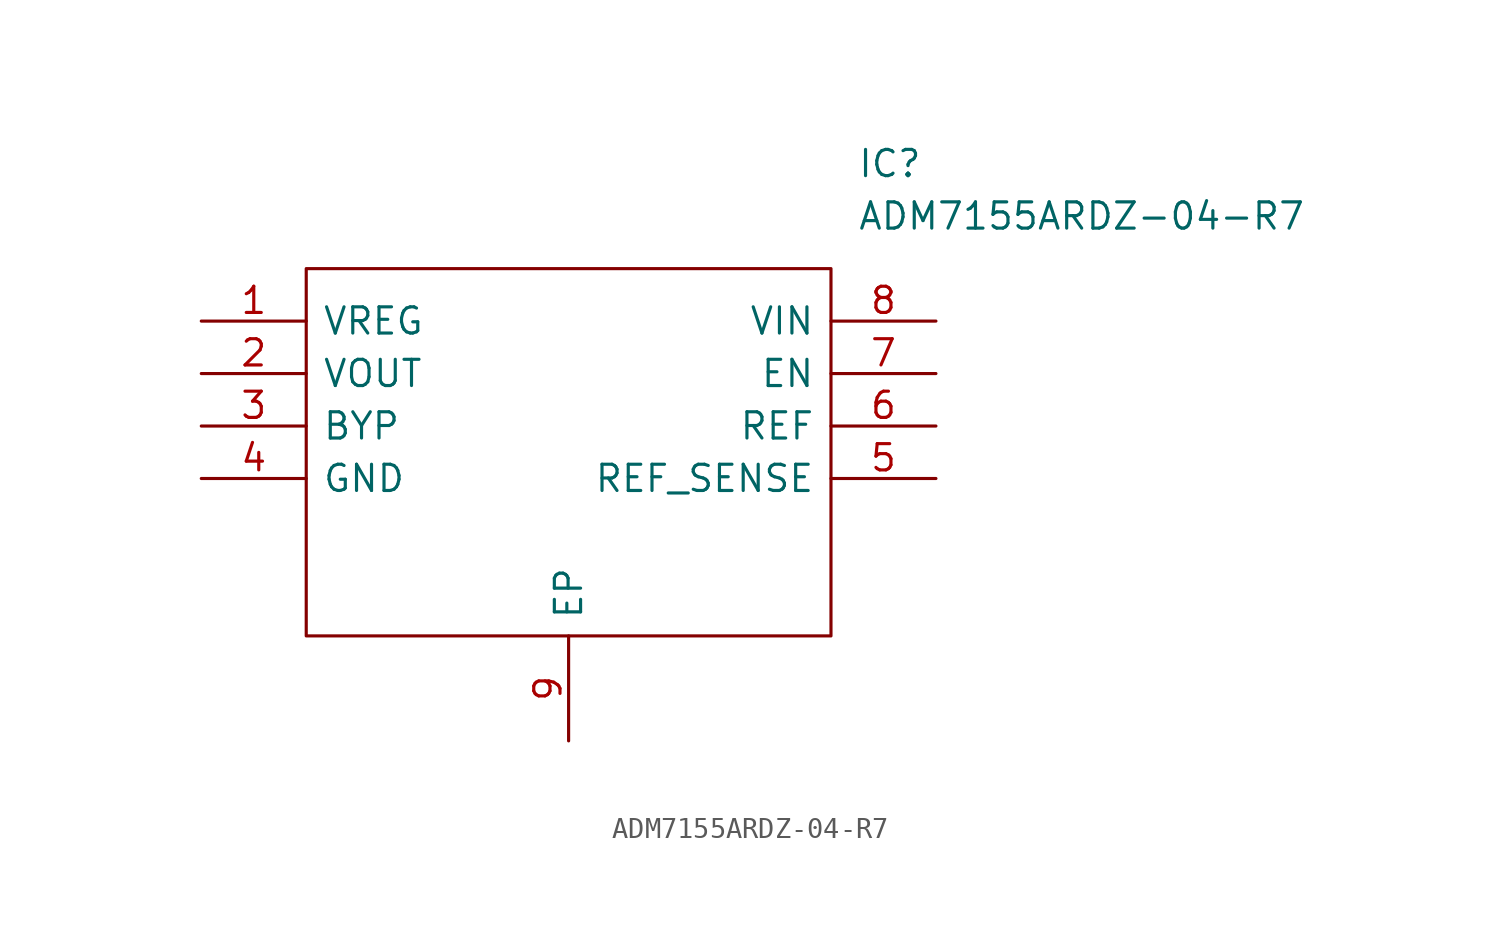
<source format=kicad_sym>
(kicad_symbol_lib
  (version 20220914)
  (generator kicad_symbol_editor)
  (symbol "ADM7155ARDZ-04-R7"
    (pin_names
      (offset 0.762))
    (property "Reference" "IC"
      (at 31.75 7.62 0)
      (effects (font (size 1.27 1.27)) (justify left)))
    (property "Value" "ADM7155ARDZ-04-R7"
      (at 31.75 5.08 0)
      (effects (font (size 1.27 1.27)) (justify left)))
    (symbol "ADM7155ARDZ-04-R7_0_0"
      (pin passive line (at 0 0 0) (length 5.08) (name "VREG" (effects (font (size 1.27 1.27)))) (number "1" (effects (font (size 1.27 1.27)))))
      (pin passive line (at 0 -2.54 0) (length 5.08) (name "VOUT" (effects (font (size 1.27 1.27)))) (number "2" (effects (font (size 1.27 1.27)))))
      (pin passive line (at 0 -5.08 0) (length 5.08) (name "BYP" (effects (font (size 1.27 1.27)))) (number "3" (effects (font (size 1.27 1.27)))))
      (pin passive line (at 0 -7.62 0) (length 5.08) (name "GND" (effects (font (size 1.27 1.27)))) (number "4" (effects (font (size 1.27 1.27)))))
      (pin passive line (at 35.56 -7.62 180) (length 5.08) (name "REF_SENSE" (effects (font (size 1.27 1.27)))) (number "5" (effects (font (size 1.27 1.27)))))
      (pin passive line (at 35.56 -5.08 180) (length 5.08) (name "REF" (effects (font (size 1.27 1.27)))) (number "6" (effects (font (size 1.27 1.27)))))
      (pin passive line (at 35.56 -2.54 180) (length 5.08) (name "EN" (effects (font (size 1.27 1.27)))) (number "7" (effects (font (size 1.27 1.27)))))
      (pin passive line (at 35.56 0 180) (length 5.08) (name "VIN" (effects (font (size 1.27 1.27)))) (number "8" (effects (font (size 1.27 1.27)))))
      (pin passive line (at 17.78 -20.32 90) (length 5.08) (name "EP" (effects (font (size 1.27 1.27)))) (number "9" (effects (font (size 1.27 1.27))))))
    (symbol "ADM7155ARDZ-04-R7_0_1"
      (polyline (pts (xy 5.08 2.54) (xy 30.48 2.54) (xy 30.48 -15.24) (xy 5.08 -15.24) (xy 5.08 2.54)) (stroke (width 0.152) (type default)) (fill (type none))))))
</source>
